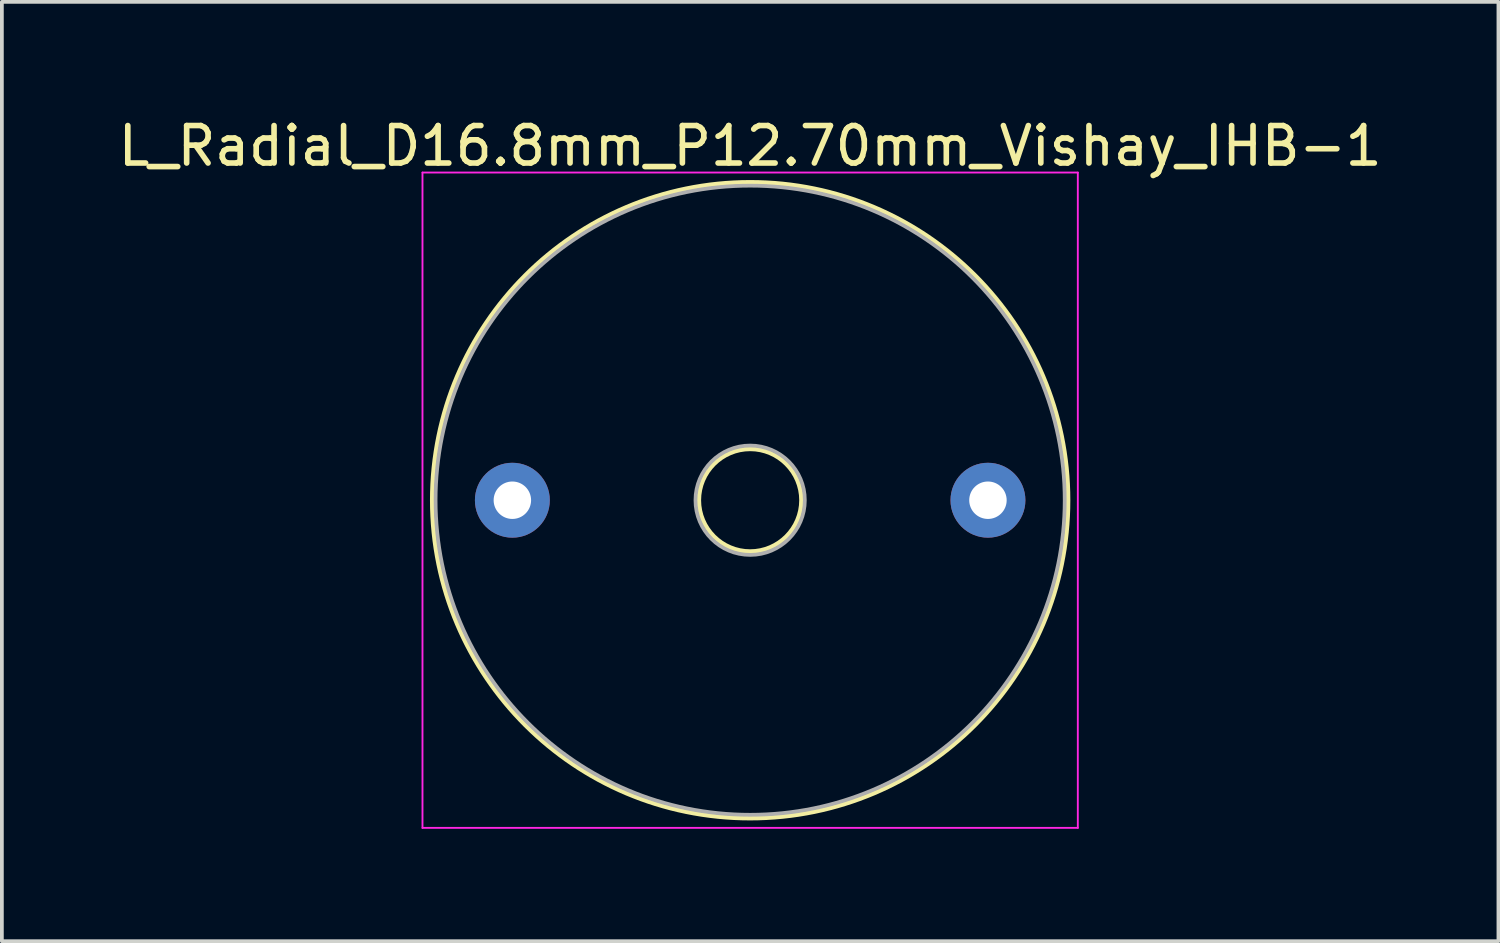
<source format=kicad_pcb>
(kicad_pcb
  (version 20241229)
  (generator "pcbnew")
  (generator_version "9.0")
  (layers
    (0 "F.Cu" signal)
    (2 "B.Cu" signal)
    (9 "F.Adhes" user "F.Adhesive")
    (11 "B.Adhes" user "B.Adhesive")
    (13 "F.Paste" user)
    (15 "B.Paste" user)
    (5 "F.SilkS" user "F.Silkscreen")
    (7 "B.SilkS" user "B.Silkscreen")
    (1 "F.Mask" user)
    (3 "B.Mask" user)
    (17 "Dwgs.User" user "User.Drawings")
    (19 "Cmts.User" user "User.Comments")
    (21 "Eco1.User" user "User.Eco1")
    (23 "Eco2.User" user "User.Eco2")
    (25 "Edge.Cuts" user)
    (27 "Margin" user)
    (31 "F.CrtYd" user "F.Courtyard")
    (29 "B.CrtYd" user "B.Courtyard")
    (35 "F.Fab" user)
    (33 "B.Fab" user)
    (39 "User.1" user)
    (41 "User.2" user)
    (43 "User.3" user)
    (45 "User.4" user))
  (footprint "L_Radial_D16.8mm_P12.70mm_Vishay_IHB-1"
    (layer "F.Cu")
    (at 10.632 10.308)
    (property "Reference" "L_Radial_D16.8mm_P12.70mm_Vishay_IHB-1" (at 6.35 -9.46 0) (layer "F.SilkS") (effects (font (size 1 1) (thickness 0.15))))
    (attr through_hole)
    (fp_circle (center 6.35 0) (end 7.72 0) (stroke (width 0.12) (type solid)) (fill no) (layer "F.SilkS"))
    (fp_circle (center 6.35 0) (end 14.84 0) (stroke (width 0.12) (type solid)) (fill no) (layer "F.SilkS"))
    (fp_line (start -2.4 -8.75) (end -2.4 8.75) (stroke (width 0.05) (type solid)) (layer "F.CrtYd"))
    (fp_line (start -2.4 8.75) (end 15.1 8.75) (stroke (width 0.05) (type solid)) (layer "F.CrtYd"))
    (fp_line (start 15.1 -8.75) (end -2.4 -8.75) (stroke (width 0.05) (type solid)) (layer "F.CrtYd"))
    (fp_line (start 15.1 8.75) (end 15.1 -8.75) (stroke (width 0.05) (type solid)) (layer "F.CrtYd"))
    (fp_circle (center 6.35 0) (end 7.81 0) (stroke (width 0.1) (type solid)) (fill no) (layer "F.Fab"))
    (fp_circle (center 6.35 0) (end 14.75 0) (stroke (width 0.1) (type solid)) (fill no) (layer "F.Fab"))
    (pad "1" thru_hole circle (at 0 0) (size 2 2) (drill 1) (layers "*.Cu" "*.Mask"))
    (pad "2" thru_hole circle (at 12.7 0) (size 2 2) (drill 1) (layers "*.Cu" "*.Mask")))
  (gr_rect
    (start -3 -3)
    (end 36.964 22.083)
    (stroke (width 0.1) (type default))
    (fill no)
    (layer "Edge.Cuts")))
</source>
